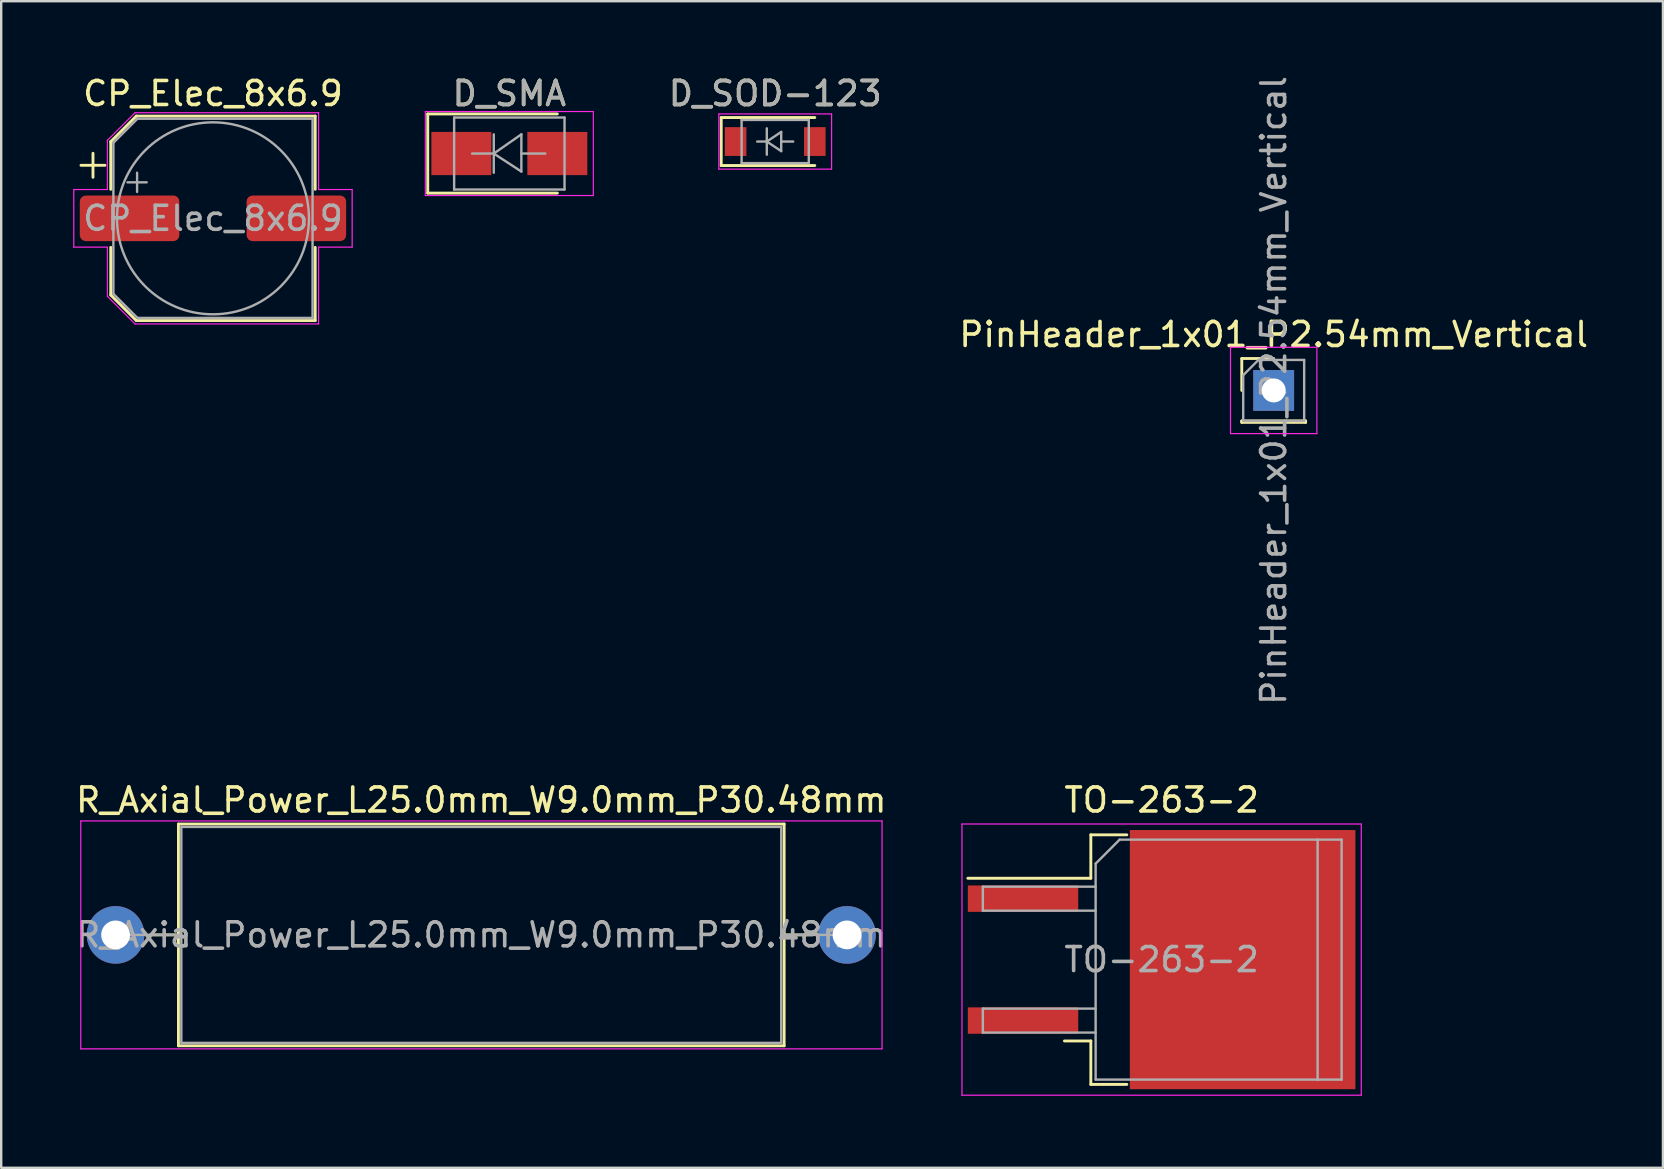
<source format=kicad_pcb>
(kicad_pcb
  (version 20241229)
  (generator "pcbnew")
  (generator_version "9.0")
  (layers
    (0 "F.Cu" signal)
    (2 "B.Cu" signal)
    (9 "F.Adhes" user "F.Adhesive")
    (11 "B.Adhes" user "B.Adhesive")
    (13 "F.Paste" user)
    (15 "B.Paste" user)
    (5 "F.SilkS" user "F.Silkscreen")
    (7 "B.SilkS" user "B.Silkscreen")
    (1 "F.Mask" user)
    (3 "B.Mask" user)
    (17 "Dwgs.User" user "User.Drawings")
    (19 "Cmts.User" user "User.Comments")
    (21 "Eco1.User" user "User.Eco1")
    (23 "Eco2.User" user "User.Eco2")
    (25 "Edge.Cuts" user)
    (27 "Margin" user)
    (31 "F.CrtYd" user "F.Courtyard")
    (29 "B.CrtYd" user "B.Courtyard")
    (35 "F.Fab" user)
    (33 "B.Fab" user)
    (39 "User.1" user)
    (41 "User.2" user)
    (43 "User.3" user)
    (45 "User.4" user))
  (footprint "R_Axial_Power_L25.0mm_W9.0mm_P30.48mm"
    (layer "F.Cu")
    (at 1.766 35.909)
    (property "Reference" "R_Axial_Power_L25.0mm_W9.0mm_P30.48mm" (at 15.24 -5.62 0) (layer "F.SilkS") (effects (font (size 1 1) (thickness 0.15))))
    (attr through_hole)
    (fp_line (start 1.44 0) (end 2.62 0) (stroke (width 0.12) (type solid)) (layer "F.SilkS"))
    (fp_line (start 2.62 -4.62) (end 2.62 4.62) (stroke (width 0.12) (type solid)) (layer "F.SilkS"))
    (fp_line (start 2.62 4.62) (end 27.86 4.62) (stroke (width 0.12) (type solid)) (layer "F.SilkS"))
    (fp_line (start 27.86 -4.62) (end 2.62 -4.62) (stroke (width 0.12) (type solid)) (layer "F.SilkS"))
    (fp_line (start 27.86 4.62) (end 27.86 -4.62) (stroke (width 0.12) (type solid)) (layer "F.SilkS"))
    (fp_line (start 29.04 0) (end 27.86 0) (stroke (width 0.12) (type solid)) (layer "F.SilkS"))
    (fp_line (start -1.45 -4.75) (end -1.45 4.75) (stroke (width 0.05) (type solid)) (layer "F.CrtYd"))
    (fp_line (start -1.45 4.75) (end 31.94 4.75) (stroke (width 0.05) (type solid)) (layer "F.CrtYd"))
    (fp_line (start 31.94 -4.75) (end -1.45 -4.75) (stroke (width 0.05) (type solid)) (layer "F.CrtYd"))
    (fp_line (start 31.94 4.75) (end 31.94 -4.75) (stroke (width 0.05) (type solid)) (layer "F.CrtYd"))
    (fp_line (start 0 0) (end 2.74 0) (stroke (width 0.1) (type solid)) (layer "F.Fab"))
    (fp_line (start 2.74 -4.5) (end 2.74 4.5) (stroke (width 0.1) (type solid)) (layer "F.Fab"))
    (fp_line (start 2.74 4.5) (end 27.74 4.5) (stroke (width 0.1) (type solid)) (layer "F.Fab"))
    (fp_line (start 27.74 -4.5) (end 2.74 -4.5) (stroke (width 0.1) (type solid)) (layer "F.Fab"))
    (fp_line (start 27.74 4.5) (end 27.74 -4.5) (stroke (width 0.1) (type solid)) (layer "F.Fab"))
    (fp_line (start 30.48 0) (end 27.74 0) (stroke (width 0.1) (type solid)) (layer "F.Fab"))
    (fp_text user "${REFERENCE}" (at 15.24 0 0) (layer "F.Fab") (effects (font (size 1 1) (thickness 0.15))))
    (pad "1" thru_hole circle (at 0 0) (size 2.4 2.4) (drill 1.2) (layers "*.Cu" "*.Mask"))
    (pad "2" thru_hole oval (at 30.48 0) (size 2.4 2.4) (drill 1.2) (layers "*.Cu" "*.Mask")))
  (footprint "PinHeader_1x01_P2.54mm_Vertical"
    (layer "F.Cu")
    (at 50.027 13.22)
    (property "Reference" "PinHeader_1x01_P2.54mm_Vertical" (at 0 -2.33 0) (layer "F.SilkS") (effects (font (size 1 1) (thickness 0.15))))
    (attr through_hole)
    (fp_line (start -1.33 -1.33) (end 0 -1.33) (stroke (width 0.12) (type solid)) (layer "F.SilkS"))
    (fp_line (start -1.33 0) (end -1.33 -1.33) (stroke (width 0.12) (type solid)) (layer "F.SilkS"))
    (fp_line (start -1.33 1.27) (end -1.33 1.33) (stroke (width 0.12) (type solid)) (layer "F.SilkS"))
    (fp_line (start -1.33 1.27) (end 1.33 1.27) (stroke (width 0.12) (type solid)) (layer "F.SilkS"))
    (fp_line (start -1.33 1.33) (end 1.33 1.33) (stroke (width 0.12) (type solid)) (layer "F.SilkS"))
    (fp_line (start 1.33 1.27) (end 1.33 1.33) (stroke (width 0.12) (type solid)) (layer "F.SilkS"))
    (fp_line (start -1.8 -1.8) (end -1.8 1.8) (stroke (width 0.05) (type solid)) (layer "F.CrtYd"))
    (fp_line (start -1.8 1.8) (end 1.8 1.8) (stroke (width 0.05) (type solid)) (layer "F.CrtYd"))
    (fp_line (start 1.8 -1.8) (end -1.8 -1.8) (stroke (width 0.05) (type solid)) (layer "F.CrtYd"))
    (fp_line (start 1.8 1.8) (end 1.8 -1.8) (stroke (width 0.05) (type solid)) (layer "F.CrtYd"))
    (fp_line (start -1.27 -0.635) (end -0.635 -1.27) (stroke (width 0.1) (type solid)) (layer "F.Fab"))
    (fp_line (start -1.27 1.27) (end -1.27 -0.635) (stroke (width 0.1) (type solid)) (layer "F.Fab"))
    (fp_line (start -0.635 -1.27) (end 1.27 -1.27) (stroke (width 0.1) (type solid)) (layer "F.Fab"))
    (fp_line (start 1.27 -1.27) (end 1.27 1.27) (stroke (width 0.1) (type solid)) (layer "F.Fab"))
    (fp_line (start 1.27 1.27) (end -1.27 1.27) (stroke (width 0.1) (type solid)) (layer "F.Fab"))
    (fp_text user "${REFERENCE}" (at 0 0 90) (layer "F.Fab") (effects (font (size 1 1) (thickness 0.15))))
    (pad "1" thru_hole rect (at 0 0) (size 1.7 1.7) (drill 1) (layers "*.Cu" "*.Mask")))
  (footprint "CP_Elec_8x6.9"
    (layer "F.Cu")
    (at 5.825 6.048)
    (property "Reference" "CP_Elec_8x6.9" (at 0 -5.2 0) (layer "F.SilkS") (effects (font (size 1 1) (thickness 0.15))))
    (attr smd)
    (fp_line (start -5.5 -2.21) (end -4.5 -2.21) (stroke (width 0.12) (type solid)) (layer "F.SilkS"))
    (fp_line (start -5 -2.71) (end -5 -1.71) (stroke (width 0.12) (type solid)) (layer "F.SilkS"))
    (fp_line (start -4.26 -3.196) (end -4.26 -1.21) (stroke (width 0.12) (type solid)) (layer "F.SilkS"))
    (fp_line (start -4.26 -3.196) (end -3.196 -4.26) (stroke (width 0.12) (type solid)) (layer "F.SilkS"))
    (fp_line (start -4.26 3.196) (end -4.26 1.21) (stroke (width 0.12) (type solid)) (layer "F.SilkS"))
    (fp_line (start -4.26 3.196) (end -3.196 4.26) (stroke (width 0.12) (type solid)) (layer "F.SilkS"))
    (fp_line (start -3.196 -4.26) (end 4.26 -4.26) (stroke (width 0.12) (type solid)) (layer "F.SilkS"))
    (fp_line (start -3.196 4.26) (end 4.26 4.26) (stroke (width 0.12) (type solid)) (layer "F.SilkS"))
    (fp_line (start 4.26 -4.26) (end 4.26 -1.21) (stroke (width 0.12) (type solid)) (layer "F.SilkS"))
    (fp_line (start 4.26 4.26) (end 4.26 1.21) (stroke (width 0.12) (type solid)) (layer "F.SilkS"))
    (fp_line (start -5.8 -1.2) (end -5.8 1.2) (stroke (width 0.05) (type solid)) (layer "F.CrtYd"))
    (fp_line (start -5.8 1.2) (end -4.4 1.2) (stroke (width 0.05) (type solid)) (layer "F.CrtYd"))
    (fp_line (start -4.4 -3.25) (end -4.4 -1.2) (stroke (width 0.05) (type solid)) (layer "F.CrtYd"))
    (fp_line (start -4.4 -3.25) (end -3.25 -4.4) (stroke (width 0.05) (type solid)) (layer "F.CrtYd"))
    (fp_line (start -4.4 -1.2) (end -5.8 -1.2) (stroke (width 0.05) (type solid)) (layer "F.CrtYd"))
    (fp_line (start -4.4 1.2) (end -4.4 3.25) (stroke (width 0.05) (type solid)) (layer "F.CrtYd"))
    (fp_line (start -4.4 3.25) (end -3.25 4.4) (stroke (width 0.05) (type solid)) (layer "F.CrtYd"))
    (fp_line (start -3.25 -4.4) (end 4.4 -4.4) (stroke (width 0.05) (type solid)) (layer "F.CrtYd"))
    (fp_line (start -3.25 4.4) (end 4.4 4.4) (stroke (width 0.05) (type solid)) (layer "F.CrtYd"))
    (fp_line (start 4.4 -4.4) (end 4.4 -1.2) (stroke (width 0.05) (type solid)) (layer "F.CrtYd"))
    (fp_line (start 4.4 -1.2) (end 5.8 -1.2) (stroke (width 0.05) (type solid)) (layer "F.CrtYd"))
    (fp_line (start 4.4 1.2) (end 4.4 4.4) (stroke (width 0.05) (type solid)) (layer "F.CrtYd"))
    (fp_line (start 5.8 -1.2) (end 5.8 1.2) (stroke (width 0.05) (type solid)) (layer "F.CrtYd"))
    (fp_line (start 5.8 1.2) (end 4.4 1.2) (stroke (width 0.05) (type solid)) (layer "F.CrtYd"))
    (fp_line (start -4.15 -3.15) (end -4.15 3.15) (stroke (width 0.1) (type solid)) (layer "F.Fab"))
    (fp_line (start -4.15 -3.15) (end -3.15 -4.15) (stroke (width 0.1) (type solid)) (layer "F.Fab"))
    (fp_line (start -4.15 3.15) (end -3.15 4.15) (stroke (width 0.1) (type solid)) (layer "F.Fab"))
    (fp_line (start -3.562 -1.5) (end -2.762 -1.5) (stroke (width 0.1) (type solid)) (layer "F.Fab"))
    (fp_line (start -3.162 -1.9) (end -3.162 -1.1) (stroke (width 0.1) (type solid)) (layer "F.Fab"))
    (fp_line (start -3.15 -4.15) (end 4.15 -4.15) (stroke (width 0.1) (type solid)) (layer "F.Fab"))
    (fp_line (start -3.15 4.15) (end 4.15 4.15) (stroke (width 0.1) (type solid)) (layer "F.Fab"))
    (fp_line (start 4.15 -4.15) (end 4.15 4.15) (stroke (width 0.1) (type solid)) (layer "F.Fab"))
    (fp_circle (center 0 0) (end 4 0) (stroke (width 0.1) (type solid)) (fill no) (layer "F.Fab"))
    (fp_text user "${REFERENCE}" (at 0 0 0) (layer "F.Fab") (effects (font (size 1 1) (thickness 0.15))))
    (pad "1" smd roundrect (at -3.475 0) (size 4.15 1.9) (layers "F.Cu" "F.Mask" "F.Paste") (roundrect_rratio 0.132))
    (pad "2" smd roundrect (at 3.475 0) (size 4.15 1.9) (layers "F.Cu" "F.Mask" "F.Paste") (roundrect_rratio 0.132)))
  (footprint "D_SOD-123"
    (layer "F.Cu")
    (at 29.254 2.848)
    (property "Reference" "D_SOD-123" (at 0 -2 0) (layer "F.SilkS") (effects (font (size 1 1) (thickness 0.15))))
    (attr smd)
    (fp_line (start -2.25 -1) (end -2.25 1) (stroke (width 0.12) (type solid)) (layer "F.SilkS"))
    (fp_line (start -2.25 -1) (end 1.65 -1) (stroke (width 0.12) (type solid)) (layer "F.SilkS"))
    (fp_line (start -2.25 1) (end 1.65 1) (stroke (width 0.12) (type solid)) (layer "F.SilkS"))
    (fp_line (start -2.35 -1.15) (end -2.35 1.15) (stroke (width 0.05) (type solid)) (layer "F.CrtYd"))
    (fp_line (start -2.35 -1.15) (end 2.35 -1.15) (stroke (width 0.05) (type solid)) (layer "F.CrtYd"))
    (fp_line (start 2.35 -1.15) (end 2.35 1.15) (stroke (width 0.05) (type solid)) (layer "F.CrtYd"))
    (fp_line (start 2.35 1.15) (end -2.35 1.15) (stroke (width 0.05) (type solid)) (layer "F.CrtYd"))
    (fp_line (start -1.4 -0.9) (end 1.4 -0.9) (stroke (width 0.1) (type solid)) (layer "F.Fab"))
    (fp_line (start -1.4 0.9) (end -1.4 -0.9) (stroke (width 0.1) (type solid)) (layer "F.Fab"))
    (fp_line (start -0.75 0) (end -0.35 0) (stroke (width 0.1) (type solid)) (layer "F.Fab"))
    (fp_line (start -0.35 0) (end -0.35 -0.55) (stroke (width 0.1) (type solid)) (layer "F.Fab"))
    (fp_line (start -0.35 0) (end -0.35 0.55) (stroke (width 0.1) (type solid)) (layer "F.Fab"))
    (fp_line (start -0.35 0) (end 0.25 -0.4) (stroke (width 0.1) (type solid)) (layer "F.Fab"))
    (fp_line (start 0.25 -0.4) (end 0.25 0.4) (stroke (width 0.1) (type solid)) (layer "F.Fab"))
    (fp_line (start 0.25 0) (end 0.75 0) (stroke (width 0.1) (type solid)) (layer "F.Fab"))
    (fp_line (start 0.25 0.4) (end -0.35 0) (stroke (width 0.1) (type solid)) (layer "F.Fab"))
    (fp_line (start 1.4 -0.9) (end 1.4 0.9) (stroke (width 0.1) (type solid)) (layer "F.Fab"))
    (fp_line (start 1.4 0.9) (end -1.4 0.9) (stroke (width 0.1) (type solid)) (layer "F.Fab"))
    (fp_text user "${REFERENCE}" (at 0 -2 0) (layer "F.Fab") (effects (font (size 1 1) (thickness 0.15))))
    (pad "1" smd rect (at -1.65 0) (size 0.9 1.2) (layers "F.Cu" "F.Mask" "F.Paste"))
    (pad "2" smd rect (at 1.65 0) (size 0.9 1.2) (layers "F.Cu" "F.Mask" "F.Paste")))
  (footprint "D_SMA"
    (layer "F.Cu")
    (at 18.175 3.348)
    (property "Reference" "D_SMA" (at 0 -2.5 0) (layer "F.SilkS") (effects (font (size 1 1) (thickness 0.15))))
    (attr smd)
    (fp_line (start -3.4 -1.65) (end -3.4 1.65) (stroke (width 0.12) (type solid)) (layer "F.SilkS"))
    (fp_line (start -3.4 -1.65) (end 2 -1.65) (stroke (width 0.12) (type solid)) (layer "F.SilkS"))
    (fp_line (start -3.4 1.65) (end 2 1.65) (stroke (width 0.12) (type solid)) (layer "F.SilkS"))
    (fp_line (start -3.5 -1.75) (end 3.5 -1.75) (stroke (width 0.05) (type solid)) (layer "F.CrtYd"))
    (fp_line (start -3.5 1.75) (end -3.5 -1.75) (stroke (width 0.05) (type solid)) (layer "F.CrtYd"))
    (fp_line (start 3.5 -1.75) (end 3.5 1.75) (stroke (width 0.05) (type solid)) (layer "F.CrtYd"))
    (fp_line (start 3.5 1.75) (end -3.5 1.75) (stroke (width 0.05) (type solid)) (layer "F.CrtYd"))
    (fp_line (start -2.3 1.5) (end -2.3 -1.5) (stroke (width 0.1) (type solid)) (layer "F.Fab"))
    (fp_line (start -0.649 -0.799) (end -0.649 0.801) (stroke (width 0.1) (type solid)) (layer "F.Fab"))
    (fp_line (start -0.649 0.001) (end -1.551 0.001) (stroke (width 0.1) (type solid)) (layer "F.Fab"))
    (fp_line (start -0.649 0.001) (end 0.501 -0.799) (stroke (width 0.1) (type solid)) (layer "F.Fab"))
    (fp_line (start -0.649 0.001) (end 0.501 0.75) (stroke (width 0.1) (type solid)) (layer "F.Fab"))
    (fp_line (start 0.501 0.001) (end 1.499 0.001) (stroke (width 0.1) (type solid)) (layer "F.Fab"))
    (fp_line (start 0.501 0.75) (end 0.501 -0.799) (stroke (width 0.1) (type solid)) (layer "F.Fab"))
    (fp_line (start 2.3 -1.5) (end -2.3 -1.5) (stroke (width 0.1) (type solid)) (layer "F.Fab"))
    (fp_line (start 2.3 -1.5) (end 2.3 1.5) (stroke (width 0.1) (type solid)) (layer "F.Fab"))
    (fp_line (start 2.3 1.5) (end -2.3 1.5) (stroke (width 0.1) (type solid)) (layer "F.Fab"))
    (fp_text user "${REFERENCE}" (at 0 -2.5 0) (layer "F.Fab") (effects (font (size 1 1) (thickness 0.15))))
    (pad "1" smd rect (at -2 0) (size 2.5 1.8) (layers "F.Cu" "F.Mask" "F.Paste"))
    (pad "2" smd rect (at 2 0) (size 2.5 1.8) (layers "F.Cu" "F.Mask" "F.Paste")))
  (footprint "TO-263-2"
    (layer "F.Cu")
    (at 45.357 36.939)
    (property "Reference" "TO-263-2" (at 0 -6.65 0) (layer "F.SilkS") (effects (font (size 1 1) (thickness 0.15))))
    (attr smd)
    (fp_line (start -2.95 -5.2) (end -2.95 -3.39) (stroke (width 0.12) (type solid)) (layer "F.SilkS"))
    (fp_line (start -2.95 -3.39) (end -8.075 -3.39) (stroke (width 0.12) (type solid)) (layer "F.SilkS"))
    (fp_line (start -2.95 3.39) (end -4.05 3.39) (stroke (width 0.12) (type solid)) (layer "F.SilkS"))
    (fp_line (start -2.95 5.2) (end -2.95 3.39) (stroke (width 0.12) (type solid)) (layer "F.SilkS"))
    (fp_line (start -1.45 -5.2) (end -2.95 -5.2) (stroke (width 0.12) (type solid)) (layer "F.SilkS"))
    (fp_line (start -1.45 5.2) (end -2.95 5.2) (stroke (width 0.12) (type solid)) (layer "F.SilkS"))
    (fp_line (start -8.32 -5.65) (end -8.32 5.65) (stroke (width 0.05) (type solid)) (layer "F.CrtYd"))
    (fp_line (start -8.32 5.65) (end 8.32 5.65) (stroke (width 0.05) (type solid)) (layer "F.CrtYd"))
    (fp_line (start 8.32 -5.65) (end -8.32 -5.65) (stroke (width 0.05) (type solid)) (layer "F.CrtYd"))
    (fp_line (start 8.32 5.65) (end 8.32 -5.65) (stroke (width 0.05) (type solid)) (layer "F.CrtYd"))
    (fp_line (start -7.45 -3.04) (end -7.45 -2.04) (stroke (width 0.1) (type solid)) (layer "F.Fab"))
    (fp_line (start -7.45 -2.04) (end -2.75 -2.04) (stroke (width 0.1) (type solid)) (layer "F.Fab"))
    (fp_line (start -7.45 2.04) (end -7.45 3.04) (stroke (width 0.1) (type solid)) (layer "F.Fab"))
    (fp_line (start -7.45 3.04) (end -2.75 3.04) (stroke (width 0.1) (type solid)) (layer "F.Fab"))
    (fp_line (start -2.75 -4) (end -1.75 -5) (stroke (width 0.1) (type solid)) (layer "F.Fab"))
    (fp_line (start -2.75 -3.04) (end -7.45 -3.04) (stroke (width 0.1) (type solid)) (layer "F.Fab"))
    (fp_line (start -2.75 2.04) (end -7.45 2.04) (stroke (width 0.1) (type solid)) (layer "F.Fab"))
    (fp_line (start -2.75 5) (end -2.75 -4) (stroke (width 0.1) (type solid)) (layer "F.Fab"))
    (fp_line (start -1.75 -5) (end 6.5 -5) (stroke (width 0.1) (type solid)) (layer "F.Fab"))
    (fp_line (start 6.5 -5) (end 6.5 5) (stroke (width 0.1) (type solid)) (layer "F.Fab"))
    (fp_line (start 6.5 -5) (end 7.5 -5) (stroke (width 0.1) (type solid)) (layer "F.Fab"))
    (fp_line (start 6.5 5) (end -2.75 5) (stroke (width 0.1) (type solid)) (layer "F.Fab"))
    (fp_line (start 7.5 -5) (end 7.5 5) (stroke (width 0.1) (type solid)) (layer "F.Fab"))
    (fp_line (start 7.5 5) (end 6.5 5) (stroke (width 0.1) (type solid)) (layer "F.Fab"))
    (fp_text user "${REFERENCE}" (at 0 0 0) (layer "F.Fab") (effects (font (size 1 1) (thickness 0.15))))
    (pad "" smd rect (at 0.95 -2.775) (size 4.55 5.25) (layers "F.Paste"))
    (pad "" smd rect (at 0.95 2.775) (size 4.55 5.25) (layers "F.Paste"))
    (pad "" smd rect (at 5.8 -2.775) (size 4.55 5.25) (layers "F.Paste"))
    (pad "" smd rect (at 5.8 2.775) (size 4.55 5.25) (layers "F.Paste"))
    (pad "1" smd rect (at -5.775 -2.54) (size 4.6 1.1) (layers "F.Cu" "F.Mask" "F.Paste"))
    (pad "2" smd rect (at 3.375 0) (size 9.4 10.8) (layers "F.Cu" "F.Mask"))
    (pad "3" smd rect (at -5.775 2.54) (size 4.6 1.1) (layers "F.Cu" "F.Mask" "F.Paste")))
  (gr_rect
    (start -3 -3)
    (end 66.248 45.614)
    (stroke (width 0.1) (type default))
    (fill no)
    (layer "Edge.Cuts")))
</source>
